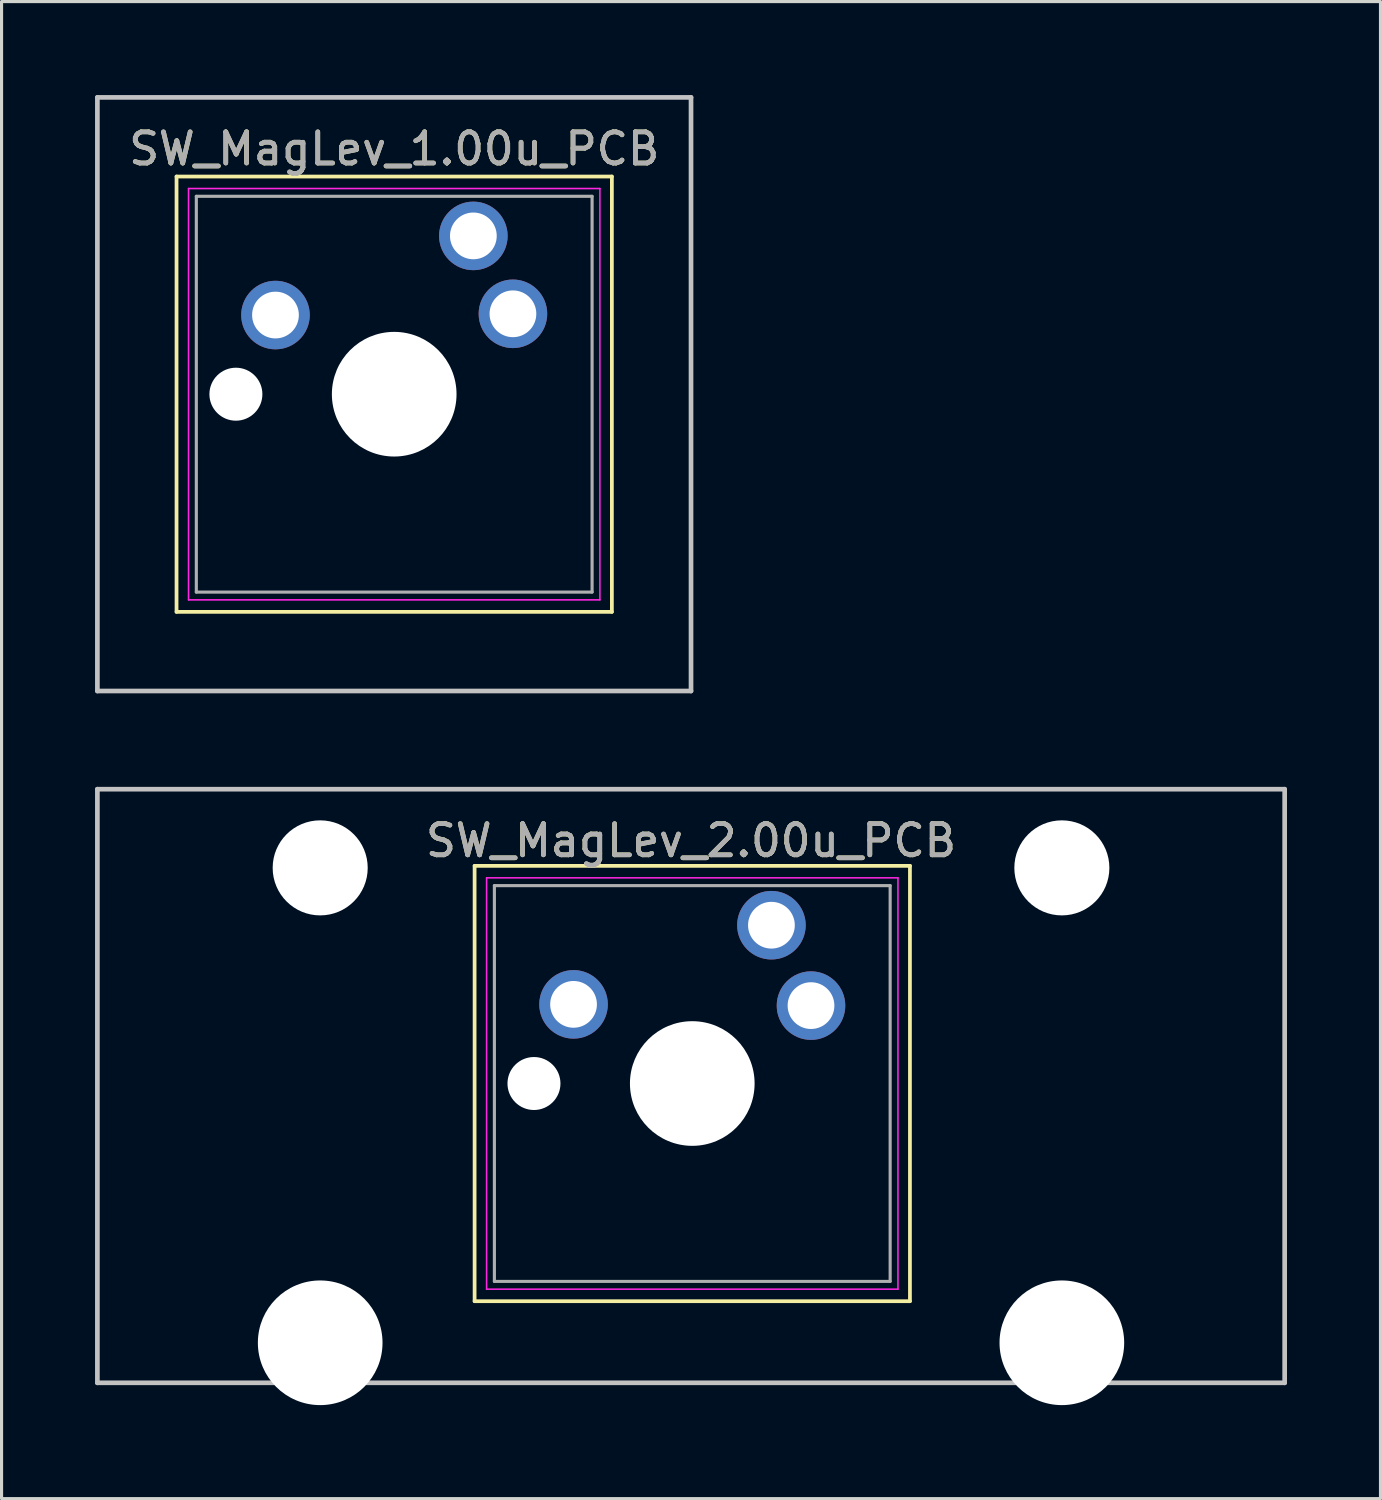
<source format=kicad_pcb>
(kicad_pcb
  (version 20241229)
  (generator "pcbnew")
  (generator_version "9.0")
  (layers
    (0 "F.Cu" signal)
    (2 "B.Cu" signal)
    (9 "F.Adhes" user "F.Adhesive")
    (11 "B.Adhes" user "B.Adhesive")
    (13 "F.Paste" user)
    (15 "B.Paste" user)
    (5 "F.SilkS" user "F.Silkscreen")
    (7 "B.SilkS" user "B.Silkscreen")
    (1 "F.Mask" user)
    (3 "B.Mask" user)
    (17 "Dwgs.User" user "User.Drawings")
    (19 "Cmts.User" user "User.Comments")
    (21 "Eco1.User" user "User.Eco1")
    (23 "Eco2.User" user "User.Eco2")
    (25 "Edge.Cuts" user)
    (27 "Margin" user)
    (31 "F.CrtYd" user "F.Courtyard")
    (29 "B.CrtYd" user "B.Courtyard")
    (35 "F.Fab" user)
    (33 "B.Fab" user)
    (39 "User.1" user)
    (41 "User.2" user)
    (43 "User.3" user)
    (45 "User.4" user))
  (footprint "SW_MagLev_2.00u_PCB"
    (layer "F.Cu")
    (at 21.665 26.72)
    (property "Reference" "SW_MagLev_2.00u_PCB" (at -2.54 -2.794 0) (layer "F.SilkS") (effects (font (size 1 1) (thickness 0.15))))
    (attr through_hole)
    (fp_line (start -9.485 -1.985) (end 4.485 -1.985) (stroke (width 0.12) (type solid)) (layer "F.SilkS"))
    (fp_line (start -9.485 11.985) (end -9.485 -1.985) (stroke (width 0.12) (type solid)) (layer "F.SilkS"))
    (fp_line (start 4.485 -1.985) (end 4.485 11.985) (stroke (width 0.12) (type solid)) (layer "F.SilkS"))
    (fp_line (start 4.485 11.985) (end -9.485 11.985) (stroke (width 0.12) (type solid)) (layer "F.SilkS"))
    (fp_line (start -21.59 -4.445) (end 16.51 -4.445) (stroke (width 0.15) (type solid)) (layer "Dwgs.User"))
    (fp_line (start -21.59 14.605) (end -21.59 -4.445) (stroke (width 0.15) (type solid)) (layer "Dwgs.User"))
    (fp_line (start 16.51 -4.445) (end 16.51 14.605) (stroke (width 0.15) (type solid)) (layer "Dwgs.User"))
    (fp_line (start 16.51 14.605) (end -21.59 14.605) (stroke (width 0.15) (type solid)) (layer "Dwgs.User"))
    (fp_line (start -9.1 -1.6) (end 4.1 -1.6) (stroke (width 0.05) (type solid)) (layer "F.CrtYd"))
    (fp_line (start -9.1 11.6) (end -9.1 -1.6) (stroke (width 0.05) (type solid)) (layer "F.CrtYd"))
    (fp_line (start 4.1 -1.6) (end 4.1 11.6) (stroke (width 0.05) (type solid)) (layer "F.CrtYd"))
    (fp_line (start 4.1 11.6) (end -9.1 11.6) (stroke (width 0.05) (type solid)) (layer "F.CrtYd"))
    (fp_line (start -8.85 -1.35) (end 3.85 -1.35) (stroke (width 0.1) (type solid)) (layer "F.Fab"))
    (fp_line (start -8.85 11.35) (end -8.85 -1.35) (stroke (width 0.1) (type solid)) (layer "F.Fab"))
    (fp_line (start 3.85 -1.35) (end 3.85 11.35) (stroke (width 0.1) (type solid)) (layer "F.Fab"))
    (fp_line (start 3.85 11.35) (end -8.85 11.35) (stroke (width 0.1) (type solid)) (layer "F.Fab"))
    (fp_text user "${REFERENCE}" (at -2.54 -2.794 0) (layer "F.Fab") (effects (font (size 1 1) (thickness 0.15))))
    (pad "" np_thru_hole circle (at -14.44 -1.92) (size 3.05 3.05) (drill 3.05) (layers "*.Cu" "*.Mask"))
    (pad "" np_thru_hole circle (at -14.44 13.32) (size 4 4) (drill 4) (layers "*.Cu" "*.Mask"))
    (pad "" np_thru_hole circle (at -7.58 5) (size 1.7 1.7) (drill 1.7) (layers "*.Cu" "*.Mask"))
    (pad "" np_thru_hole circle (at -2.5 5) (size 4 4) (drill 4) (layers "*.Cu" "*.Mask"))
    (pad "" np_thru_hole circle (at 9.36 -1.92) (size 3.05 3.05) (drill 3.05) (layers "*.Cu" "*.Mask"))
    (pad "" np_thru_hole circle (at 9.36 13.32) (size 4 4) (drill 4) (layers "*.Cu" "*.Mask"))
    (pad "1" thru_hole circle (at 0.04 -0.08) (size 2.2 2.2) (drill 1.5) (layers "*.Cu" "*.Mask"))
    (pad "2" thru_hole circle (at -6.31 2.46) (size 2.2 2.2) (drill 1.5) (layers "*.Cu" "*.Mask"))
    (pad "3" thru_hole circle (at 1.31 2.5) (size 2.2 2.2) (drill 1.5) (layers "*.Cu" "*.Mask")))
  (footprint "SW_MagLev_1.00u_PCB"
    (layer "F.Cu")
    (at 12.14 4.52)
    (property "Reference" "SW_MagLev_1.00u_PCB" (at -2.54 -2.794 0) (layer "F.SilkS") (effects (font (size 1 1) (thickness 0.15))))
    (attr through_hole)
    (fp_line (start -9.525 -1.905) (end 4.445 -1.905) (stroke (width 0.12) (type solid)) (layer "F.SilkS"))
    (fp_line (start -9.525 12.065) (end -9.525 -1.905) (stroke (width 0.12) (type solid)) (layer "F.SilkS"))
    (fp_line (start 4.445 -1.905) (end 4.445 12.065) (stroke (width 0.12) (type solid)) (layer "F.SilkS"))
    (fp_line (start 4.445 12.065) (end -9.525 12.065) (stroke (width 0.12) (type solid)) (layer "F.SilkS"))
    (fp_line (start -12.065 -4.445) (end 6.985 -4.445) (stroke (width 0.15) (type solid)) (layer "Dwgs.User"))
    (fp_line (start -12.065 14.605) (end -12.065 -4.445) (stroke (width 0.15) (type solid)) (layer "Dwgs.User"))
    (fp_line (start 6.985 -4.445) (end 6.985 14.605) (stroke (width 0.15) (type solid)) (layer "Dwgs.User"))
    (fp_line (start 6.985 14.605) (end -12.065 14.605) (stroke (width 0.15) (type solid)) (layer "Dwgs.User"))
    (fp_line (start -9.14 -1.52) (end 4.06 -1.52) (stroke (width 0.05) (type solid)) (layer "F.CrtYd"))
    (fp_line (start -9.14 11.68) (end -9.14 -1.52) (stroke (width 0.05) (type solid)) (layer "F.CrtYd"))
    (fp_line (start 4.06 -1.52) (end 4.06 11.68) (stroke (width 0.05) (type solid)) (layer "F.CrtYd"))
    (fp_line (start 4.06 11.68) (end -9.14 11.68) (stroke (width 0.05) (type solid)) (layer "F.CrtYd"))
    (fp_line (start -8.89 -1.27) (end 3.81 -1.27) (stroke (width 0.1) (type solid)) (layer "F.Fab"))
    (fp_line (start -8.89 11.43) (end -8.89 -1.27) (stroke (width 0.1) (type solid)) (layer "F.Fab"))
    (fp_line (start 3.81 -1.27) (end 3.81 11.43) (stroke (width 0.1) (type solid)) (layer "F.Fab"))
    (fp_line (start 3.81 11.43) (end -8.89 11.43) (stroke (width 0.1) (type solid)) (layer "F.Fab"))
    (fp_text user "${REFERENCE}" (at -2.54 -2.794 0) (layer "F.Fab") (effects (font (size 1 1) (thickness 0.15))))
    (pad "" np_thru_hole circle (at -7.62 5.08) (size 1.7 1.7) (drill 1.7) (layers "*.Cu" "*.Mask"))
    (pad "" np_thru_hole circle (at -2.54 5.08) (size 4 4) (drill 4) (layers "*.Cu" "*.Mask"))
    (pad "1" thru_hole circle (at 0 0) (size 2.2 2.2) (drill 1.5) (layers "*.Cu" "*.Mask"))
    (pad "2" thru_hole circle (at -6.35 2.54) (size 2.2 2.2) (drill 1.5) (layers "*.Cu" "*.Mask"))
    (pad "3" thru_hole circle (at 1.27 2.5) (size 2.2 2.2) (drill 1.5) (layers "*.Cu" "*.Mask")))
  (gr_rect
    (start -3 -3)
    (end 41.25 45.04)
    (stroke (width 0.1) (type default))
    (fill no)
    (layer "Edge.Cuts")))
</source>
